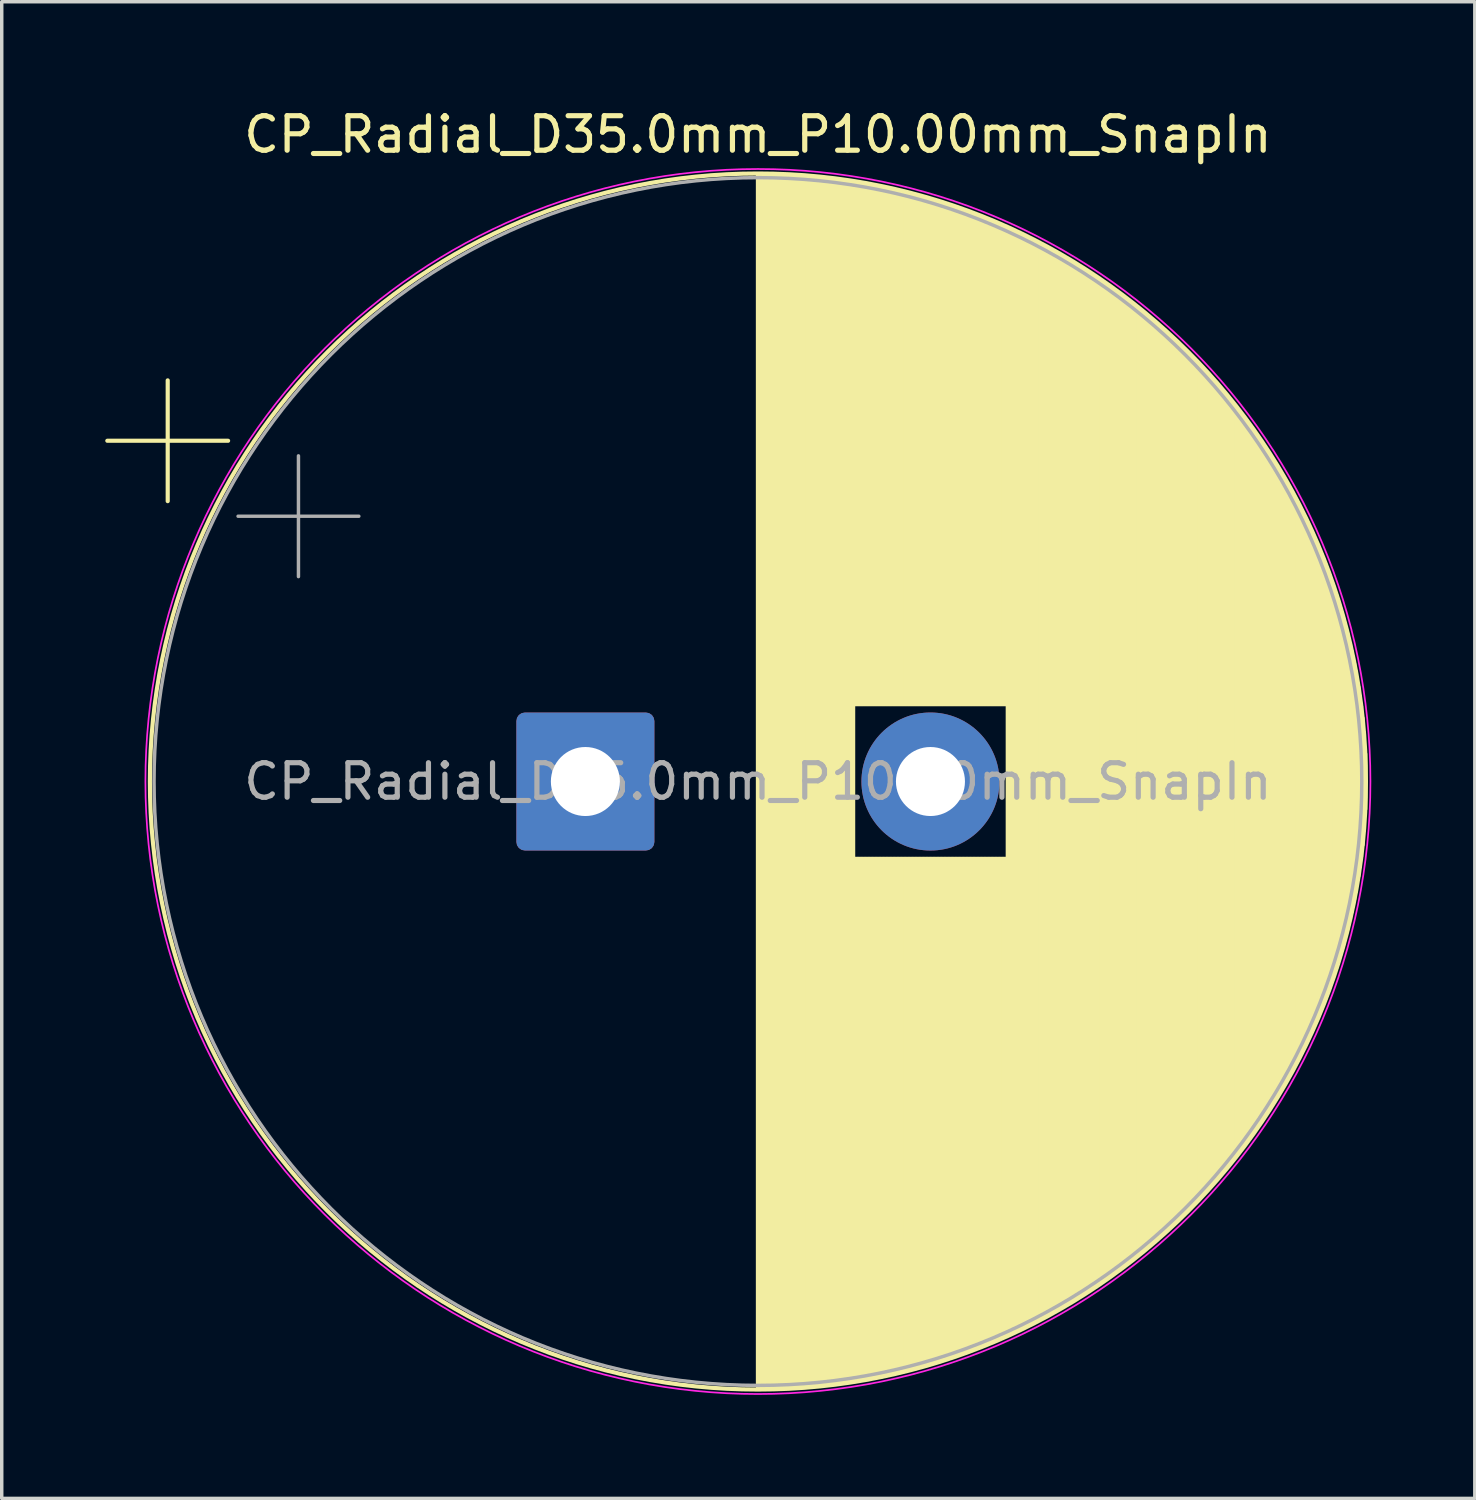
<source format=kicad_pcb>
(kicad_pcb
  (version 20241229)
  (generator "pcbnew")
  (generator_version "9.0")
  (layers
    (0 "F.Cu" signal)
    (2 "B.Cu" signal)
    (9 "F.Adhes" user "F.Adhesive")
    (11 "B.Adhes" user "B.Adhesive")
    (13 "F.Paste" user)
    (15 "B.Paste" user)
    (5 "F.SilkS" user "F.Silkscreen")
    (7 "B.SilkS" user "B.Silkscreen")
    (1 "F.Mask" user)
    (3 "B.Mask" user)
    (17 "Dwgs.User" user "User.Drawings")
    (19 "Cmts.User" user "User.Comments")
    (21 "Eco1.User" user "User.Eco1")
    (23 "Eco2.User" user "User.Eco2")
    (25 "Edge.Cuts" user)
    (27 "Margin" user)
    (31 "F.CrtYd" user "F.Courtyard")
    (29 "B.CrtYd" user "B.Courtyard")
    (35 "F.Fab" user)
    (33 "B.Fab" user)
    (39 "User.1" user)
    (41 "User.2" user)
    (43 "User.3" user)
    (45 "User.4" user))
  (footprint "CP_Radial_D35.0mm_P10.00mm_SnapIn"
    (layer "F.Cu")
    (at 13.914 19.598)
    (property "Reference" "CP_Radial_D35.0mm_P10.00mm_SnapIn" (at 5 -18.75 0) (layer "F.SilkS") (effects (font (size 1 1) (thickness 0.15))))
    (attr through_hole)
    (fp_line (start -13.854 -9.875) (end -10.354 -9.875) (stroke (width 0.12) (type solid)) (layer "F.SilkS"))
    (fp_line (start -12.104 -11.625) (end -12.104 -8.125) (stroke (width 0.12) (type solid)) (layer "F.SilkS"))
    (fp_line (start 5 -17.58) (end 5 17.58) (stroke (width 0.12) (type solid)) (layer "F.SilkS"))
    (fp_line (start 5.04 -17.58) (end 5.04 17.58) (stroke (width 0.12) (type solid)) (layer "F.SilkS"))
    (fp_line (start 5.08 -17.58) (end 5.08 17.58) (stroke (width 0.12) (type solid)) (layer "F.SilkS"))
    (fp_line (start 5.12 -17.58) (end 5.12 17.58) (stroke (width 0.12) (type solid)) (layer "F.SilkS"))
    (fp_line (start 5.16 -17.579) (end 5.16 17.579) (stroke (width 0.12) (type solid)) (layer "F.SilkS"))
    (fp_line (start 5.2 -17.579) (end 5.2 17.579) (stroke (width 0.12) (type solid)) (layer "F.SilkS"))
    (fp_line (start 5.24 -17.578) (end 5.24 17.578) (stroke (width 0.12) (type solid)) (layer "F.SilkS"))
    (fp_line (start 5.28 -17.578) (end 5.28 17.578) (stroke (width 0.12) (type solid)) (layer "F.SilkS"))
    (fp_line (start 5.32 -17.577) (end 5.32 17.577) (stroke (width 0.12) (type solid)) (layer "F.SilkS"))
    (fp_line (start 5.36 -17.576) (end 5.36 17.576) (stroke (width 0.12) (type solid)) (layer "F.SilkS"))
    (fp_line (start 5.4 -17.575) (end 5.4 17.575) (stroke (width 0.12) (type solid)) (layer "F.SilkS"))
    (fp_line (start 5.44 -17.575) (end 5.44 17.575) (stroke (width 0.12) (type solid)) (layer "F.SilkS"))
    (fp_line (start 5.48 -17.573) (end 5.48 17.573) (stroke (width 0.12) (type solid)) (layer "F.SilkS"))
    (fp_line (start 5.52 -17.572) (end 5.52 17.572) (stroke (width 0.12) (type solid)) (layer "F.SilkS"))
    (fp_line (start 5.56 -17.571) (end 5.56 17.571) (stroke (width 0.12) (type solid)) (layer "F.SilkS"))
    (fp_line (start 5.6 -17.57) (end 5.6 17.57) (stroke (width 0.12) (type solid)) (layer "F.SilkS"))
    (fp_line (start 5.64 -17.568) (end 5.64 17.568) (stroke (width 0.12) (type solid)) (layer "F.SilkS"))
    (fp_line (start 5.68 -17.567) (end 5.68 17.567) (stroke (width 0.12) (type solid)) (layer "F.SilkS"))
    (fp_line (start 5.72 -17.565) (end 5.72 17.565) (stroke (width 0.12) (type solid)) (layer "F.SilkS"))
    (fp_line (start 5.76 -17.564) (end 5.76 17.564) (stroke (width 0.12) (type solid)) (layer "F.SilkS"))
    (fp_line (start 5.8 -17.562) (end 5.8 17.562) (stroke (width 0.12) (type solid)) (layer "F.SilkS"))
    (fp_line (start 5.84 -17.56) (end 5.84 17.56) (stroke (width 0.12) (type solid)) (layer "F.SilkS"))
    (fp_line (start 5.88 -17.558) (end 5.88 17.558) (stroke (width 0.12) (type solid)) (layer "F.SilkS"))
    (fp_line (start 5.92 -17.556) (end 5.92 17.556) (stroke (width 0.12) (type solid)) (layer "F.SilkS"))
    (fp_line (start 5.96 -17.554) (end 5.96 17.554) (stroke (width 0.12) (type solid)) (layer "F.SilkS"))
    (fp_line (start 6 -17.552) (end 6 17.552) (stroke (width 0.12) (type solid)) (layer "F.SilkS"))
    (fp_line (start 6.04 -17.549) (end 6.04 17.549) (stroke (width 0.12) (type solid)) (layer "F.SilkS"))
    (fp_line (start 6.08 -17.547) (end 6.08 17.547) (stroke (width 0.12) (type solid)) (layer "F.SilkS"))
    (fp_line (start 6.12 -17.544) (end 6.12 17.544) (stroke (width 0.12) (type solid)) (layer "F.SilkS"))
    (fp_line (start 6.16 -17.542) (end 6.16 17.542) (stroke (width 0.12) (type solid)) (layer "F.SilkS"))
    (fp_line (start 6.2 -17.539) (end 6.2 17.539) (stroke (width 0.12) (type solid)) (layer "F.SilkS"))
    (fp_line (start 6.24 -17.536) (end 6.24 17.536) (stroke (width 0.12) (type solid)) (layer "F.SilkS"))
    (fp_line (start 6.28 -17.533) (end 6.28 17.533) (stroke (width 0.12) (type solid)) (layer "F.SilkS"))
    (fp_line (start 6.32 -17.53) (end 6.32 17.53) (stroke (width 0.12) (type solid)) (layer "F.SilkS"))
    (fp_line (start 6.36 -17.527) (end 6.36 17.527) (stroke (width 0.12) (type solid)) (layer "F.SilkS"))
    (fp_line (start 6.4 -17.524) (end 6.4 17.524) (stroke (width 0.12) (type solid)) (layer "F.SilkS"))
    (fp_line (start 6.44 -17.521) (end 6.44 17.521) (stroke (width 0.12) (type solid)) (layer "F.SilkS"))
    (fp_line (start 6.48 -17.518) (end 6.48 17.518) (stroke (width 0.12) (type solid)) (layer "F.SilkS"))
    (fp_line (start 6.52 -17.514) (end 6.52 17.514) (stroke (width 0.12) (type solid)) (layer "F.SilkS"))
    (fp_line (start 6.56 -17.511) (end 6.56 17.511) (stroke (width 0.12) (type solid)) (layer "F.SilkS"))
    (fp_line (start 6.6 -17.507) (end 6.6 17.507) (stroke (width 0.12) (type solid)) (layer "F.SilkS"))
    (fp_line (start 6.64 -17.504) (end 6.64 17.504) (stroke (width 0.12) (type solid)) (layer "F.SilkS"))
    (fp_line (start 6.68 -17.5) (end 6.68 17.5) (stroke (width 0.12) (type solid)) (layer "F.SilkS"))
    (fp_line (start 6.72 -17.496) (end 6.72 17.496) (stroke (width 0.12) (type solid)) (layer "F.SilkS"))
    (fp_line (start 6.76 -17.492) (end 6.76 17.492) (stroke (width 0.12) (type solid)) (layer "F.SilkS"))
    (fp_line (start 6.8 -17.488) (end 6.8 17.488) (stroke (width 0.12) (type solid)) (layer "F.SilkS"))
    (fp_line (start 6.84 -17.484) (end 6.84 17.484) (stroke (width 0.12) (type solid)) (layer "F.SilkS"))
    (fp_line (start 6.88 -17.479) (end 6.88 17.479) (stroke (width 0.12) (type solid)) (layer "F.SilkS"))
    (fp_line (start 6.92 -17.475) (end 6.92 17.475) (stroke (width 0.12) (type solid)) (layer "F.SilkS"))
    (fp_line (start 6.96 -17.471) (end 6.96 17.471) (stroke (width 0.12) (type solid)) (layer "F.SilkS"))
    (fp_line (start 7 -17.466) (end 7 17.466) (stroke (width 0.12) (type solid)) (layer "F.SilkS"))
    (fp_line (start 7.04 -17.462) (end 7.04 17.462) (stroke (width 0.12) (type solid)) (layer "F.SilkS"))
    (fp_line (start 7.08 -17.457) (end 7.08 17.457) (stroke (width 0.12) (type solid)) (layer "F.SilkS"))
    (fp_line (start 7.12 -17.452) (end 7.12 17.452) (stroke (width 0.12) (type solid)) (layer "F.SilkS"))
    (fp_line (start 7.16 -17.447) (end 7.16 17.447) (stroke (width 0.12) (type solid)) (layer "F.SilkS"))
    (fp_line (start 7.2 -17.442) (end 7.2 17.442) (stroke (width 0.12) (type solid)) (layer "F.SilkS"))
    (fp_line (start 7.24 -17.437) (end 7.24 17.437) (stroke (width 0.12) (type solid)) (layer "F.SilkS"))
    (fp_line (start 7.28 -17.432) (end 7.28 17.432) (stroke (width 0.12) (type solid)) (layer "F.SilkS"))
    (fp_line (start 7.32 -17.427) (end 7.32 17.427) (stroke (width 0.12) (type solid)) (layer "F.SilkS"))
    (fp_line (start 7.36 -17.421) (end 7.36 17.421) (stroke (width 0.12) (type solid)) (layer "F.SilkS"))
    (fp_line (start 7.4 -17.416) (end 7.4 17.416) (stroke (width 0.12) (type solid)) (layer "F.SilkS"))
    (fp_line (start 7.44 -17.41) (end 7.44 17.41) (stroke (width 0.12) (type solid)) (layer "F.SilkS"))
    (fp_line (start 7.48 -17.405) (end 7.48 17.405) (stroke (width 0.12) (type solid)) (layer "F.SilkS"))
    (fp_line (start 7.52 -17.399) (end 7.52 17.399) (stroke (width 0.12) (type solid)) (layer "F.SilkS"))
    (fp_line (start 7.56 -17.393) (end 7.56 17.393) (stroke (width 0.12) (type solid)) (layer "F.SilkS"))
    (fp_line (start 7.6 -17.387) (end 7.6 17.387) (stroke (width 0.12) (type solid)) (layer "F.SilkS"))
    (fp_line (start 7.64 -17.381) (end 7.64 17.381) (stroke (width 0.12) (type solid)) (layer "F.SilkS"))
    (fp_line (start 7.68 -17.375) (end 7.68 17.375) (stroke (width 0.12) (type solid)) (layer "F.SilkS"))
    (fp_line (start 7.72 -17.369) (end 7.72 17.369) (stroke (width 0.12) (type solid)) (layer "F.SilkS"))
    (fp_line (start 7.76 -17.362) (end 7.76 17.362) (stroke (width 0.12) (type solid)) (layer "F.SilkS"))
    (fp_line (start 7.8 -17.356) (end 7.8 -2.24) (stroke (width 0.12) (type solid)) (layer "F.SilkS"))
    (fp_line (start 7.8 2.24) (end 7.8 17.356) (stroke (width 0.12) (type solid)) (layer "F.SilkS"))
    (fp_line (start 7.84 -17.35) (end 7.84 -2.24) (stroke (width 0.12) (type solid)) (layer "F.SilkS"))
    (fp_line (start 7.84 2.24) (end 7.84 17.35) (stroke (width 0.12) (type solid)) (layer "F.SilkS"))
    (fp_line (start 7.88 -17.343) (end 7.88 -2.24) (stroke (width 0.12) (type solid)) (layer "F.SilkS"))
    (fp_line (start 7.88 2.24) (end 7.88 17.343) (stroke (width 0.12) (type solid)) (layer "F.SilkS"))
    (fp_line (start 7.92 -17.336) (end 7.92 -2.24) (stroke (width 0.12) (type solid)) (layer "F.SilkS"))
    (fp_line (start 7.92 2.24) (end 7.92 17.336) (stroke (width 0.12) (type solid)) (layer "F.SilkS"))
    (fp_line (start 7.96 -17.33) (end 7.96 -2.24) (stroke (width 0.12) (type solid)) (layer "F.SilkS"))
    (fp_line (start 7.96 2.24) (end 7.96 17.33) (stroke (width 0.12) (type solid)) (layer "F.SilkS"))
    (fp_line (start 8 -17.323) (end 8 -2.24) (stroke (width 0.12) (type solid)) (layer "F.SilkS"))
    (fp_line (start 8 2.24) (end 8 17.323) (stroke (width 0.12) (type solid)) (layer "F.SilkS"))
    (fp_line (start 8.04 -17.316) (end 8.04 -2.24) (stroke (width 0.12) (type solid)) (layer "F.SilkS"))
    (fp_line (start 8.04 2.24) (end 8.04 17.316) (stroke (width 0.12) (type solid)) (layer "F.SilkS"))
    (fp_line (start 8.08 -17.309) (end 8.08 -2.24) (stroke (width 0.12) (type solid)) (layer "F.SilkS"))
    (fp_line (start 8.08 2.24) (end 8.08 17.309) (stroke (width 0.12) (type solid)) (layer "F.SilkS"))
    (fp_line (start 8.12 -17.302) (end 8.12 -2.24) (stroke (width 0.12) (type solid)) (layer "F.SilkS"))
    (fp_line (start 8.12 2.24) (end 8.12 17.302) (stroke (width 0.12) (type solid)) (layer "F.SilkS"))
    (fp_line (start 8.16 -17.294) (end 8.16 -2.24) (stroke (width 0.12) (type solid)) (layer "F.SilkS"))
    (fp_line (start 8.16 2.24) (end 8.16 17.294) (stroke (width 0.12) (type solid)) (layer "F.SilkS"))
    (fp_line (start 8.2 -17.287) (end 8.2 -2.24) (stroke (width 0.12) (type solid)) (layer "F.SilkS"))
    (fp_line (start 8.2 2.24) (end 8.2 17.287) (stroke (width 0.12) (type solid)) (layer "F.SilkS"))
    (fp_line (start 8.24 -17.28) (end 8.24 -2.24) (stroke (width 0.12) (type solid)) (layer "F.SilkS"))
    (fp_line (start 8.24 2.24) (end 8.24 17.28) (stroke (width 0.12) (type solid)) (layer "F.SilkS"))
    (fp_line (start 8.28 -17.272) (end 8.28 -2.24) (stroke (width 0.12) (type solid)) (layer "F.SilkS"))
    (fp_line (start 8.28 2.24) (end 8.28 17.272) (stroke (width 0.12) (type solid)) (layer "F.SilkS"))
    (fp_line (start 8.32 -17.264) (end 8.32 -2.24) (stroke (width 0.12) (type solid)) (layer "F.SilkS"))
    (fp_line (start 8.32 2.24) (end 8.32 17.264) (stroke (width 0.12) (type solid)) (layer "F.SilkS"))
    (fp_line (start 8.36 -17.257) (end 8.36 -2.24) (stroke (width 0.12) (type solid)) (layer "F.SilkS"))
    (fp_line (start 8.36 2.24) (end 8.36 17.257) (stroke (width 0.12) (type solid)) (layer "F.SilkS"))
    (fp_line (start 8.4 -17.249) (end 8.4 -2.24) (stroke (width 0.12) (type solid)) (layer "F.SilkS"))
    (fp_line (start 8.4 2.24) (end 8.4 17.249) (stroke (width 0.12) (type solid)) (layer "F.SilkS"))
    (fp_line (start 8.44 -17.241) (end 8.44 -2.24) (stroke (width 0.12) (type solid)) (layer "F.SilkS"))
    (fp_line (start 8.44 2.24) (end 8.44 17.241) (stroke (width 0.12) (type solid)) (layer "F.SilkS"))
    (fp_line (start 8.48 -17.233) (end 8.48 -2.24) (stroke (width 0.12) (type solid)) (layer "F.SilkS"))
    (fp_line (start 8.48 2.24) (end 8.48 17.233) (stroke (width 0.12) (type solid)) (layer "F.SilkS"))
    (fp_line (start 8.52 -17.225) (end 8.52 -2.24) (stroke (width 0.12) (type solid)) (layer "F.SilkS"))
    (fp_line (start 8.52 2.24) (end 8.52 17.225) (stroke (width 0.12) (type solid)) (layer "F.SilkS"))
    (fp_line (start 8.56 -17.217) (end 8.56 -2.24) (stroke (width 0.12) (type solid)) (layer "F.SilkS"))
    (fp_line (start 8.56 2.24) (end 8.56 17.217) (stroke (width 0.12) (type solid)) (layer "F.SilkS"))
    (fp_line (start 8.6 -17.208) (end 8.6 -2.24) (stroke (width 0.12) (type solid)) (layer "F.SilkS"))
    (fp_line (start 8.6 2.24) (end 8.6 17.208) (stroke (width 0.12) (type solid)) (layer "F.SilkS"))
    (fp_line (start 8.64 -17.2) (end 8.64 -2.24) (stroke (width 0.12) (type solid)) (layer "F.SilkS"))
    (fp_line (start 8.64 2.24) (end 8.64 17.2) (stroke (width 0.12) (type solid)) (layer "F.SilkS"))
    (fp_line (start 8.68 -17.191) (end 8.68 -2.24) (stroke (width 0.12) (type solid)) (layer "F.SilkS"))
    (fp_line (start 8.68 2.24) (end 8.68 17.191) (stroke (width 0.12) (type solid)) (layer "F.SilkS"))
    (fp_line (start 8.72 -17.183) (end 8.72 -2.24) (stroke (width 0.12) (type solid)) (layer "F.SilkS"))
    (fp_line (start 8.72 2.24) (end 8.72 17.183) (stroke (width 0.12) (type solid)) (layer "F.SilkS"))
    (fp_line (start 8.76 -17.174) (end 8.76 -2.24) (stroke (width 0.12) (type solid)) (layer "F.SilkS"))
    (fp_line (start 8.76 2.24) (end 8.76 17.174) (stroke (width 0.12) (type solid)) (layer "F.SilkS"))
    (fp_line (start 8.8 -17.165) (end 8.8 -2.24) (stroke (width 0.12) (type solid)) (layer "F.SilkS"))
    (fp_line (start 8.8 2.24) (end 8.8 17.165) (stroke (width 0.12) (type solid)) (layer "F.SilkS"))
    (fp_line (start 8.84 -17.156) (end 8.84 -2.24) (stroke (width 0.12) (type solid)) (layer "F.SilkS"))
    (fp_line (start 8.84 2.24) (end 8.84 17.156) (stroke (width 0.12) (type solid)) (layer "F.SilkS"))
    (fp_line (start 8.88 -17.147) (end 8.88 -2.24) (stroke (width 0.12) (type solid)) (layer "F.SilkS"))
    (fp_line (start 8.88 2.24) (end 8.88 17.147) (stroke (width 0.12) (type solid)) (layer "F.SilkS"))
    (fp_line (start 8.92 -17.138) (end 8.92 -2.24) (stroke (width 0.12) (type solid)) (layer "F.SilkS"))
    (fp_line (start 8.92 2.24) (end 8.92 17.138) (stroke (width 0.12) (type solid)) (layer "F.SilkS"))
    (fp_line (start 8.96 -17.129) (end 8.96 -2.24) (stroke (width 0.12) (type solid)) (layer "F.SilkS"))
    (fp_line (start 8.96 2.24) (end 8.96 17.129) (stroke (width 0.12) (type solid)) (layer "F.SilkS"))
    (fp_line (start 9 -17.12) (end 9 -2.24) (stroke (width 0.12) (type solid)) (layer "F.SilkS"))
    (fp_line (start 9 2.24) (end 9 17.12) (stroke (width 0.12) (type solid)) (layer "F.SilkS"))
    (fp_line (start 9.04 -17.111) (end 9.04 -2.24) (stroke (width 0.12) (type solid)) (layer "F.SilkS"))
    (fp_line (start 9.04 2.24) (end 9.04 17.111) (stroke (width 0.12) (type solid)) (layer "F.SilkS"))
    (fp_line (start 9.08 -17.101) (end 9.08 -2.24) (stroke (width 0.12) (type solid)) (layer "F.SilkS"))
    (fp_line (start 9.08 2.24) (end 9.08 17.101) (stroke (width 0.12) (type solid)) (layer "F.SilkS"))
    (fp_line (start 9.12 -17.092) (end 9.12 -2.24) (stroke (width 0.12) (type solid)) (layer "F.SilkS"))
    (fp_line (start 9.12 2.24) (end 9.12 17.092) (stroke (width 0.12) (type solid)) (layer "F.SilkS"))
    (fp_line (start 9.16 -17.082) (end 9.16 -2.24) (stroke (width 0.12) (type solid)) (layer "F.SilkS"))
    (fp_line (start 9.16 2.24) (end 9.16 17.082) (stroke (width 0.12) (type solid)) (layer "F.SilkS"))
    (fp_line (start 9.2 -17.072) (end 9.2 -2.24) (stroke (width 0.12) (type solid)) (layer "F.SilkS"))
    (fp_line (start 9.2 2.24) (end 9.2 17.072) (stroke (width 0.12) (type solid)) (layer "F.SilkS"))
    (fp_line (start 9.24 -17.062) (end 9.24 -2.24) (stroke (width 0.12) (type solid)) (layer "F.SilkS"))
    (fp_line (start 9.24 2.24) (end 9.24 17.062) (stroke (width 0.12) (type solid)) (layer "F.SilkS"))
    (fp_line (start 9.28 -17.052) (end 9.28 -2.24) (stroke (width 0.12) (type solid)) (layer "F.SilkS"))
    (fp_line (start 9.28 2.24) (end 9.28 17.052) (stroke (width 0.12) (type solid)) (layer "F.SilkS"))
    (fp_line (start 9.32 -17.042) (end 9.32 -2.24) (stroke (width 0.12) (type solid)) (layer "F.SilkS"))
    (fp_line (start 9.32 2.24) (end 9.32 17.042) (stroke (width 0.12) (type solid)) (layer "F.SilkS"))
    (fp_line (start 9.36 -17.032) (end 9.36 -2.24) (stroke (width 0.12) (type solid)) (layer "F.SilkS"))
    (fp_line (start 9.36 2.24) (end 9.36 17.032) (stroke (width 0.12) (type solid)) (layer "F.SilkS"))
    (fp_line (start 9.4 -17.022) (end 9.4 -2.24) (stroke (width 0.12) (type solid)) (layer "F.SilkS"))
    (fp_line (start 9.4 2.24) (end 9.4 17.022) (stroke (width 0.12) (type solid)) (layer "F.SilkS"))
    (fp_line (start 9.44 -17.011) (end 9.44 -2.24) (stroke (width 0.12) (type solid)) (layer "F.SilkS"))
    (fp_line (start 9.44 2.24) (end 9.44 17.011) (stroke (width 0.12) (type solid)) (layer "F.SilkS"))
    (fp_line (start 9.48 -17.001) (end 9.48 -2.24) (stroke (width 0.12) (type solid)) (layer "F.SilkS"))
    (fp_line (start 9.48 2.24) (end 9.48 17.001) (stroke (width 0.12) (type solid)) (layer "F.SilkS"))
    (fp_line (start 9.52 -16.99) (end 9.52 -2.24) (stroke (width 0.12) (type solid)) (layer "F.SilkS"))
    (fp_line (start 9.52 2.24) (end 9.52 16.99) (stroke (width 0.12) (type solid)) (layer "F.SilkS"))
    (fp_line (start 9.56 -16.98) (end 9.56 -2.24) (stroke (width 0.12) (type solid)) (layer "F.SilkS"))
    (fp_line (start 9.56 2.24) (end 9.56 16.98) (stroke (width 0.12) (type solid)) (layer "F.SilkS"))
    (fp_line (start 9.6 -16.969) (end 9.6 -2.24) (stroke (width 0.12) (type solid)) (layer "F.SilkS"))
    (fp_line (start 9.6 2.24) (end 9.6 16.969) (stroke (width 0.12) (type solid)) (layer "F.SilkS"))
    (fp_line (start 9.64 -16.958) (end 9.64 -2.24) (stroke (width 0.12) (type solid)) (layer "F.SilkS"))
    (fp_line (start 9.64 2.24) (end 9.64 16.958) (stroke (width 0.12) (type solid)) (layer "F.SilkS"))
    (fp_line (start 9.68 -16.947) (end 9.68 -2.24) (stroke (width 0.12) (type solid)) (layer "F.SilkS"))
    (fp_line (start 9.68 2.24) (end 9.68 16.947) (stroke (width 0.12) (type solid)) (layer "F.SilkS"))
    (fp_line (start 9.72 -16.936) (end 9.72 -2.24) (stroke (width 0.12) (type solid)) (layer "F.SilkS"))
    (fp_line (start 9.72 2.24) (end 9.72 16.936) (stroke (width 0.12) (type solid)) (layer "F.SilkS"))
    (fp_line (start 9.76 -16.925) (end 9.76 -2.24) (stroke (width 0.12) (type solid)) (layer "F.SilkS"))
    (fp_line (start 9.76 2.24) (end 9.76 16.925) (stroke (width 0.12) (type solid)) (layer "F.SilkS"))
    (fp_line (start 9.8 -16.914) (end 9.8 -2.24) (stroke (width 0.12) (type solid)) (layer "F.SilkS"))
    (fp_line (start 9.8 2.24) (end 9.8 16.914) (stroke (width 0.12) (type solid)) (layer "F.SilkS"))
    (fp_line (start 9.84 -16.902) (end 9.84 -2.24) (stroke (width 0.12) (type solid)) (layer "F.SilkS"))
    (fp_line (start 9.84 2.24) (end 9.84 16.902) (stroke (width 0.12) (type solid)) (layer "F.SilkS"))
    (fp_line (start 9.88 -16.891) (end 9.88 -2.24) (stroke (width 0.12) (type solid)) (layer "F.SilkS"))
    (fp_line (start 9.88 2.24) (end 9.88 16.891) (stroke (width 0.12) (type solid)) (layer "F.SilkS"))
    (fp_line (start 9.92 -16.879) (end 9.92 -2.24) (stroke (width 0.12) (type solid)) (layer "F.SilkS"))
    (fp_line (start 9.92 2.24) (end 9.92 16.879) (stroke (width 0.12) (type solid)) (layer "F.SilkS"))
    (fp_line (start 9.96 -16.867) (end 9.96 -2.24) (stroke (width 0.12) (type solid)) (layer "F.SilkS"))
    (fp_line (start 9.96 2.24) (end 9.96 16.867) (stroke (width 0.12) (type solid)) (layer "F.SilkS"))
    (fp_line (start 10 -16.856) (end 10 -2.24) (stroke (width 0.12) (type solid)) (layer "F.SilkS"))
    (fp_line (start 10 2.24) (end 10 16.856) (stroke (width 0.12) (type solid)) (layer "F.SilkS"))
    (fp_line (start 10.04 -16.844) (end 10.04 -2.24) (stroke (width 0.12) (type solid)) (layer "F.SilkS"))
    (fp_line (start 10.04 2.24) (end 10.04 16.844) (stroke (width 0.12) (type solid)) (layer "F.SilkS"))
    (fp_line (start 10.08 -16.832) (end 10.08 -2.24) (stroke (width 0.12) (type solid)) (layer "F.SilkS"))
    (fp_line (start 10.08 2.24) (end 10.08 16.832) (stroke (width 0.12) (type solid)) (layer "F.SilkS"))
    (fp_line (start 10.12 -16.82) (end 10.12 -2.24) (stroke (width 0.12) (type solid)) (layer "F.SilkS"))
    (fp_line (start 10.12 2.24) (end 10.12 16.82) (stroke (width 0.12) (type solid)) (layer "F.SilkS"))
    (fp_line (start 10.16 -16.808) (end 10.16 -2.24) (stroke (width 0.12) (type solid)) (layer "F.SilkS"))
    (fp_line (start 10.16 2.24) (end 10.16 16.808) (stroke (width 0.12) (type solid)) (layer "F.SilkS"))
    (fp_line (start 10.2 -16.795) (end 10.2 -2.24) (stroke (width 0.12) (type solid)) (layer "F.SilkS"))
    (fp_line (start 10.2 2.24) (end 10.2 16.795) (stroke (width 0.12) (type solid)) (layer "F.SilkS"))
    (fp_line (start 10.24 -16.783) (end 10.24 -2.24) (stroke (width 0.12) (type solid)) (layer "F.SilkS"))
    (fp_line (start 10.24 2.24) (end 10.24 16.783) (stroke (width 0.12) (type solid)) (layer "F.SilkS"))
    (fp_line (start 10.28 -16.77) (end 10.28 -2.24) (stroke (width 0.12) (type solid)) (layer "F.SilkS"))
    (fp_line (start 10.28 2.24) (end 10.28 16.77) (stroke (width 0.12) (type solid)) (layer "F.SilkS"))
    (fp_line (start 10.32 -16.758) (end 10.32 -2.24) (stroke (width 0.12) (type solid)) (layer "F.SilkS"))
    (fp_line (start 10.32 2.24) (end 10.32 16.758) (stroke (width 0.12) (type solid)) (layer "F.SilkS"))
    (fp_line (start 10.36 -16.745) (end 10.36 -2.24) (stroke (width 0.12) (type solid)) (layer "F.SilkS"))
    (fp_line (start 10.36 2.24) (end 10.36 16.745) (stroke (width 0.12) (type solid)) (layer "F.SilkS"))
    (fp_line (start 10.4 -16.732) (end 10.4 -2.24) (stroke (width 0.12) (type solid)) (layer "F.SilkS"))
    (fp_line (start 10.4 2.24) (end 10.4 16.732) (stroke (width 0.12) (type solid)) (layer "F.SilkS"))
    (fp_line (start 10.44 -16.719) (end 10.44 -2.24) (stroke (width 0.12) (type solid)) (layer "F.SilkS"))
    (fp_line (start 10.44 2.24) (end 10.44 16.719) (stroke (width 0.12) (type solid)) (layer "F.SilkS"))
    (fp_line (start 10.48 -16.706) (end 10.48 -2.24) (stroke (width 0.12) (type solid)) (layer "F.SilkS"))
    (fp_line (start 10.48 2.24) (end 10.48 16.706) (stroke (width 0.12) (type solid)) (layer "F.SilkS"))
    (fp_line (start 10.52 -16.693) (end 10.52 -2.24) (stroke (width 0.12) (type solid)) (layer "F.SilkS"))
    (fp_line (start 10.52 2.24) (end 10.52 16.693) (stroke (width 0.12) (type solid)) (layer "F.SilkS"))
    (fp_line (start 10.56 -16.68) (end 10.56 -2.24) (stroke (width 0.12) (type solid)) (layer "F.SilkS"))
    (fp_line (start 10.56 2.24) (end 10.56 16.68) (stroke (width 0.12) (type solid)) (layer "F.SilkS"))
    (fp_line (start 10.6 -16.666) (end 10.6 -2.24) (stroke (width 0.12) (type solid)) (layer "F.SilkS"))
    (fp_line (start 10.6 2.24) (end 10.6 16.666) (stroke (width 0.12) (type solid)) (layer "F.SilkS"))
    (fp_line (start 10.64 -16.653) (end 10.64 -2.24) (stroke (width 0.12) (type solid)) (layer "F.SilkS"))
    (fp_line (start 10.64 2.24) (end 10.64 16.653) (stroke (width 0.12) (type solid)) (layer "F.SilkS"))
    (fp_line (start 10.68 -16.639) (end 10.68 -2.24) (stroke (width 0.12) (type solid)) (layer "F.SilkS"))
    (fp_line (start 10.68 2.24) (end 10.68 16.639) (stroke (width 0.12) (type solid)) (layer "F.SilkS"))
    (fp_line (start 10.72 -16.626) (end 10.72 -2.24) (stroke (width 0.12) (type solid)) (layer "F.SilkS"))
    (fp_line (start 10.72 2.24) (end 10.72 16.626) (stroke (width 0.12) (type solid)) (layer "F.SilkS"))
    (fp_line (start 10.76 -16.612) (end 10.76 -2.24) (stroke (width 0.12) (type solid)) (layer "F.SilkS"))
    (fp_line (start 10.76 2.24) (end 10.76 16.612) (stroke (width 0.12) (type solid)) (layer "F.SilkS"))
    (fp_line (start 10.8 -16.598) (end 10.8 -2.24) (stroke (width 0.12) (type solid)) (layer "F.SilkS"))
    (fp_line (start 10.8 2.24) (end 10.8 16.598) (stroke (width 0.12) (type solid)) (layer "F.SilkS"))
    (fp_line (start 10.84 -16.584) (end 10.84 -2.24) (stroke (width 0.12) (type solid)) (layer "F.SilkS"))
    (fp_line (start 10.84 2.24) (end 10.84 16.584) (stroke (width 0.12) (type solid)) (layer "F.SilkS"))
    (fp_line (start 10.88 -16.57) (end 10.88 -2.24) (stroke (width 0.12) (type solid)) (layer "F.SilkS"))
    (fp_line (start 10.88 2.24) (end 10.88 16.57) (stroke (width 0.12) (type solid)) (layer "F.SilkS"))
    (fp_line (start 10.92 -16.556) (end 10.92 -2.24) (stroke (width 0.12) (type solid)) (layer "F.SilkS"))
    (fp_line (start 10.92 2.24) (end 10.92 16.556) (stroke (width 0.12) (type solid)) (layer "F.SilkS"))
    (fp_line (start 10.96 -16.541) (end 10.96 -2.24) (stroke (width 0.12) (type solid)) (layer "F.SilkS"))
    (fp_line (start 10.96 2.24) (end 10.96 16.541) (stroke (width 0.12) (type solid)) (layer "F.SilkS"))
    (fp_line (start 11 -16.527) (end 11 -2.24) (stroke (width 0.12) (type solid)) (layer "F.SilkS"))
    (fp_line (start 11 2.24) (end 11 16.527) (stroke (width 0.12) (type solid)) (layer "F.SilkS"))
    (fp_line (start 11.04 -16.512) (end 11.04 -2.24) (stroke (width 0.12) (type solid)) (layer "F.SilkS"))
    (fp_line (start 11.04 2.24) (end 11.04 16.512) (stroke (width 0.12) (type solid)) (layer "F.SilkS"))
    (fp_line (start 11.08 -16.498) (end 11.08 -2.24) (stroke (width 0.12) (type solid)) (layer "F.SilkS"))
    (fp_line (start 11.08 2.24) (end 11.08 16.498) (stroke (width 0.12) (type solid)) (layer "F.SilkS"))
    (fp_line (start 11.12 -16.483) (end 11.12 -2.24) (stroke (width 0.12) (type solid)) (layer "F.SilkS"))
    (fp_line (start 11.12 2.24) (end 11.12 16.483) (stroke (width 0.12) (type solid)) (layer "F.SilkS"))
    (fp_line (start 11.16 -16.468) (end 11.16 -2.24) (stroke (width 0.12) (type solid)) (layer "F.SilkS"))
    (fp_line (start 11.16 2.24) (end 11.16 16.468) (stroke (width 0.12) (type solid)) (layer "F.SilkS"))
    (fp_line (start 11.2 -16.453) (end 11.2 -2.24) (stroke (width 0.12) (type solid)) (layer "F.SilkS"))
    (fp_line (start 11.2 2.24) (end 11.2 16.453) (stroke (width 0.12) (type solid)) (layer "F.SilkS"))
    (fp_line (start 11.24 -16.438) (end 11.24 -2.24) (stroke (width 0.12) (type solid)) (layer "F.SilkS"))
    (fp_line (start 11.24 2.24) (end 11.24 16.438) (stroke (width 0.12) (type solid)) (layer "F.SilkS"))
    (fp_line (start 11.28 -16.423) (end 11.28 -2.24) (stroke (width 0.12) (type solid)) (layer "F.SilkS"))
    (fp_line (start 11.28 2.24) (end 11.28 16.423) (stroke (width 0.12) (type solid)) (layer "F.SilkS"))
    (fp_line (start 11.32 -16.408) (end 11.32 -2.24) (stroke (width 0.12) (type solid)) (layer "F.SilkS"))
    (fp_line (start 11.32 2.24) (end 11.32 16.408) (stroke (width 0.12) (type solid)) (layer "F.SilkS"))
    (fp_line (start 11.36 -16.392) (end 11.36 -2.24) (stroke (width 0.12) (type solid)) (layer "F.SilkS"))
    (fp_line (start 11.36 2.24) (end 11.36 16.392) (stroke (width 0.12) (type solid)) (layer "F.SilkS"))
    (fp_line (start 11.4 -16.377) (end 11.4 -2.24) (stroke (width 0.12) (type solid)) (layer "F.SilkS"))
    (fp_line (start 11.4 2.24) (end 11.4 16.377) (stroke (width 0.12) (type solid)) (layer "F.SilkS"))
    (fp_line (start 11.44 -16.361) (end 11.44 -2.24) (stroke (width 0.12) (type solid)) (layer "F.SilkS"))
    (fp_line (start 11.44 2.24) (end 11.44 16.361) (stroke (width 0.12) (type solid)) (layer "F.SilkS"))
    (fp_line (start 11.48 -16.345) (end 11.48 -2.24) (stroke (width 0.12) (type solid)) (layer "F.SilkS"))
    (fp_line (start 11.48 2.24) (end 11.48 16.345) (stroke (width 0.12) (type solid)) (layer "F.SilkS"))
    (fp_line (start 11.52 -16.329) (end 11.52 -2.24) (stroke (width 0.12) (type solid)) (layer "F.SilkS"))
    (fp_line (start 11.52 2.24) (end 11.52 16.329) (stroke (width 0.12) (type solid)) (layer "F.SilkS"))
    (fp_line (start 11.56 -16.313) (end 11.56 -2.24) (stroke (width 0.12) (type solid)) (layer "F.SilkS"))
    (fp_line (start 11.56 2.24) (end 11.56 16.313) (stroke (width 0.12) (type solid)) (layer "F.SilkS"))
    (fp_line (start 11.6 -16.297) (end 11.6 -2.24) (stroke (width 0.12) (type solid)) (layer "F.SilkS"))
    (fp_line (start 11.6 2.24) (end 11.6 16.297) (stroke (width 0.12) (type solid)) (layer "F.SilkS"))
    (fp_line (start 11.64 -16.281) (end 11.64 -2.24) (stroke (width 0.12) (type solid)) (layer "F.SilkS"))
    (fp_line (start 11.64 2.24) (end 11.64 16.281) (stroke (width 0.12) (type solid)) (layer "F.SilkS"))
    (fp_line (start 11.68 -16.265) (end 11.68 -2.24) (stroke (width 0.12) (type solid)) (layer "F.SilkS"))
    (fp_line (start 11.68 2.24) (end 11.68 16.265) (stroke (width 0.12) (type solid)) (layer "F.SilkS"))
    (fp_line (start 11.72 -16.248) (end 11.72 -2.24) (stroke (width 0.12) (type solid)) (layer "F.SilkS"))
    (fp_line (start 11.72 2.24) (end 11.72 16.248) (stroke (width 0.12) (type solid)) (layer "F.SilkS"))
    (fp_line (start 11.76 -16.232) (end 11.76 -2.24) (stroke (width 0.12) (type solid)) (layer "F.SilkS"))
    (fp_line (start 11.76 2.24) (end 11.76 16.232) (stroke (width 0.12) (type solid)) (layer "F.SilkS"))
    (fp_line (start 11.8 -16.215) (end 11.8 -2.24) (stroke (width 0.12) (type solid)) (layer "F.SilkS"))
    (fp_line (start 11.8 2.24) (end 11.8 16.215) (stroke (width 0.12) (type solid)) (layer "F.SilkS"))
    (fp_line (start 11.84 -16.198) (end 11.84 -2.24) (stroke (width 0.12) (type solid)) (layer "F.SilkS"))
    (fp_line (start 11.84 2.24) (end 11.84 16.198) (stroke (width 0.12) (type solid)) (layer "F.SilkS"))
    (fp_line (start 11.88 -16.181) (end 11.88 -2.24) (stroke (width 0.12) (type solid)) (layer "F.SilkS"))
    (fp_line (start 11.88 2.24) (end 11.88 16.181) (stroke (width 0.12) (type solid)) (layer "F.SilkS"))
    (fp_line (start 11.92 -16.164) (end 11.92 -2.24) (stroke (width 0.12) (type solid)) (layer "F.SilkS"))
    (fp_line (start 11.92 2.24) (end 11.92 16.164) (stroke (width 0.12) (type solid)) (layer "F.SilkS"))
    (fp_line (start 11.96 -16.147) (end 11.96 -2.24) (stroke (width 0.12) (type solid)) (layer "F.SilkS"))
    (fp_line (start 11.96 2.24) (end 11.96 16.147) (stroke (width 0.12) (type solid)) (layer "F.SilkS"))
    (fp_line (start 12 -16.13) (end 12 -2.24) (stroke (width 0.12) (type solid)) (layer "F.SilkS"))
    (fp_line (start 12 2.24) (end 12 16.13) (stroke (width 0.12) (type solid)) (layer "F.SilkS"))
    (fp_line (start 12.04 -16.112) (end 12.04 -2.24) (stroke (width 0.12) (type solid)) (layer "F.SilkS"))
    (fp_line (start 12.04 2.24) (end 12.04 16.112) (stroke (width 0.12) (type solid)) (layer "F.SilkS"))
    (fp_line (start 12.08 -16.095) (end 12.08 -2.24) (stroke (width 0.12) (type solid)) (layer "F.SilkS"))
    (fp_line (start 12.08 2.24) (end 12.08 16.095) (stroke (width 0.12) (type solid)) (layer "F.SilkS"))
    (fp_line (start 12.12 -16.077) (end 12.12 -2.24) (stroke (width 0.12) (type solid)) (layer "F.SilkS"))
    (fp_line (start 12.12 2.24) (end 12.12 16.077) (stroke (width 0.12) (type solid)) (layer "F.SilkS"))
    (fp_line (start 12.16 -16.06) (end 12.16 -2.24) (stroke (width 0.12) (type solid)) (layer "F.SilkS"))
    (fp_line (start 12.16 2.24) (end 12.16 16.06) (stroke (width 0.12) (type solid)) (layer "F.SilkS"))
    (fp_line (start 12.2 -16.042) (end 12.2 -2.24) (stroke (width 0.12) (type solid)) (layer "F.SilkS"))
    (fp_line (start 12.2 2.24) (end 12.2 16.042) (stroke (width 0.12) (type solid)) (layer "F.SilkS"))
    (fp_line (start 12.24 -16.024) (end 12.24 16.024) (stroke (width 0.12) (type solid)) (layer "F.SilkS"))
    (fp_line (start 12.28 -16.006) (end 12.28 16.006) (stroke (width 0.12) (type solid)) (layer "F.SilkS"))
    (fp_line (start 12.32 -15.988) (end 12.32 15.988) (stroke (width 0.12) (type solid)) (layer "F.SilkS"))
    (fp_line (start 12.36 -15.969) (end 12.36 15.969) (stroke (width 0.12) (type solid)) (layer "F.SilkS"))
    (fp_line (start 12.4 -15.951) (end 12.4 15.951) (stroke (width 0.12) (type solid)) (layer "F.SilkS"))
    (fp_line (start 12.44 -15.932) (end 12.44 15.932) (stroke (width 0.12) (type solid)) (layer "F.SilkS"))
    (fp_line (start 12.48 -15.913) (end 12.48 15.913) (stroke (width 0.12) (type solid)) (layer "F.SilkS"))
    (fp_line (start 12.52 -15.895) (end 12.52 15.895) (stroke (width 0.12) (type solid)) (layer "F.SilkS"))
    (fp_line (start 12.56 -15.876) (end 12.56 15.876) (stroke (width 0.12) (type solid)) (layer "F.SilkS"))
    (fp_line (start 12.6 -15.857) (end 12.6 15.857) (stroke (width 0.12) (type solid)) (layer "F.SilkS"))
    (fp_line (start 12.64 -15.837) (end 12.64 15.837) (stroke (width 0.12) (type solid)) (layer "F.SilkS"))
    (fp_line (start 12.68 -15.818) (end 12.68 15.818) (stroke (width 0.12) (type solid)) (layer "F.SilkS"))
    (fp_line (start 12.72 -15.799) (end 12.72 15.799) (stroke (width 0.12) (type solid)) (layer "F.SilkS"))
    (fp_line (start 12.76 -15.779) (end 12.76 15.779) (stroke (width 0.12) (type solid)) (layer "F.SilkS"))
    (fp_line (start 12.8 -15.76) (end 12.8 15.76) (stroke (width 0.12) (type solid)) (layer "F.SilkS"))
    (fp_line (start 12.84 -15.74) (end 12.84 15.74) (stroke (width 0.12) (type solid)) (layer "F.SilkS"))
    (fp_line (start 12.88 -15.72) (end 12.88 15.72) (stroke (width 0.12) (type solid)) (layer "F.SilkS"))
    (fp_line (start 12.92 -15.7) (end 12.92 15.7) (stroke (width 0.12) (type solid)) (layer "F.SilkS"))
    (fp_line (start 12.96 -15.68) (end 12.96 15.68) (stroke (width 0.12) (type solid)) (layer "F.SilkS"))
    (fp_line (start 13 -15.659) (end 13 15.659) (stroke (width 0.12) (type solid)) (layer "F.SilkS"))
    (fp_line (start 13.04 -15.639) (end 13.04 15.639) (stroke (width 0.12) (type solid)) (layer "F.SilkS"))
    (fp_line (start 13.08 -15.618) (end 13.08 15.618) (stroke (width 0.12) (type solid)) (layer "F.SilkS"))
    (fp_line (start 13.12 -15.597) (end 13.12 15.597) (stroke (width 0.12) (type solid)) (layer "F.SilkS"))
    (fp_line (start 13.16 -15.577) (end 13.16 15.577) (stroke (width 0.12) (type solid)) (layer "F.SilkS"))
    (fp_line (start 13.2 -15.556) (end 13.2 15.556) (stroke (width 0.12) (type solid)) (layer "F.SilkS"))
    (fp_line (start 13.24 -15.535) (end 13.24 15.535) (stroke (width 0.12) (type solid)) (layer "F.SilkS"))
    (fp_line (start 13.28 -15.513) (end 13.28 15.513) (stroke (width 0.12) (type solid)) (layer "F.SilkS"))
    (fp_line (start 13.32 -15.492) (end 13.32 15.492) (stroke (width 0.12) (type solid)) (layer "F.SilkS"))
    (fp_line (start 13.36 -15.47) (end 13.36 15.47) (stroke (width 0.12) (type solid)) (layer "F.SilkS"))
    (fp_line (start 13.4 -15.449) (end 13.4 15.449) (stroke (width 0.12) (type solid)) (layer "F.SilkS"))
    (fp_line (start 13.44 -15.427) (end 13.44 15.427) (stroke (width 0.12) (type solid)) (layer "F.SilkS"))
    (fp_line (start 13.48 -15.405) (end 13.48 15.405) (stroke (width 0.12) (type solid)) (layer "F.SilkS"))
    (fp_line (start 13.52 -15.383) (end 13.52 15.383) (stroke (width 0.12) (type solid)) (layer "F.SilkS"))
    (fp_line (start 13.56 -15.361) (end 13.56 15.361) (stroke (width 0.12) (type solid)) (layer "F.SilkS"))
    (fp_line (start 13.6 -15.339) (end 13.6 15.339) (stroke (width 0.12) (type solid)) (layer "F.SilkS"))
    (fp_line (start 13.64 -15.316) (end 13.64 15.316) (stroke (width 0.12) (type solid)) (layer "F.SilkS"))
    (fp_line (start 13.68 -15.294) (end 13.68 15.294) (stroke (width 0.12) (type solid)) (layer "F.SilkS"))
    (fp_line (start 13.72 -15.271) (end 13.72 15.271) (stroke (width 0.12) (type solid)) (layer "F.SilkS"))
    (fp_line (start 13.76 -15.248) (end 13.76 15.248) (stroke (width 0.12) (type solid)) (layer "F.SilkS"))
    (fp_line (start 13.8 -15.225) (end 13.8 15.225) (stroke (width 0.12) (type solid)) (layer "F.SilkS"))
    (fp_line (start 13.84 -15.202) (end 13.84 15.202) (stroke (width 0.12) (type solid)) (layer "F.SilkS"))
    (fp_line (start 13.88 -15.179) (end 13.88 15.179) (stroke (width 0.12) (type solid)) (layer "F.SilkS"))
    (fp_line (start 13.92 -15.155) (end 13.92 15.155) (stroke (width 0.12) (type solid)) (layer "F.SilkS"))
    (fp_line (start 13.96 -15.132) (end 13.96 15.132) (stroke (width 0.12) (type solid)) (layer "F.SilkS"))
    (fp_line (start 14 -15.108) (end 14 15.108) (stroke (width 0.12) (type solid)) (layer "F.SilkS"))
    (fp_line (start 14.04 -15.084) (end 14.04 15.084) (stroke (width 0.12) (type solid)) (layer "F.SilkS"))
    (fp_line (start 14.08 -15.06) (end 14.08 15.06) (stroke (width 0.12) (type solid)) (layer "F.SilkS"))
    (fp_line (start 14.12 -15.036) (end 14.12 15.036) (stroke (width 0.12) (type solid)) (layer "F.SilkS"))
    (fp_line (start 14.16 -15.012) (end 14.16 15.012) (stroke (width 0.12) (type solid)) (layer "F.SilkS"))
    (fp_line (start 14.2 -14.987) (end 14.2 14.987) (stroke (width 0.12) (type solid)) (layer "F.SilkS"))
    (fp_line (start 14.24 -14.963) (end 14.24 14.963) (stroke (width 0.12) (type solid)) (layer "F.SilkS"))
    (fp_line (start 14.28 -14.938) (end 14.28 14.938) (stroke (width 0.12) (type solid)) (layer "F.SilkS"))
    (fp_line (start 14.32 -14.913) (end 14.32 14.913) (stroke (width 0.12) (type solid)) (layer "F.SilkS"))
    (fp_line (start 14.36 -14.888) (end 14.36 14.888) (stroke (width 0.12) (type solid)) (layer "F.SilkS"))
    (fp_line (start 14.4 -14.863) (end 14.4 14.863) (stroke (width 0.12) (type solid)) (layer "F.SilkS"))
    (fp_line (start 14.44 -14.838) (end 14.44 14.838) (stroke (width 0.12) (type solid)) (layer "F.SilkS"))
    (fp_line (start 14.48 -14.812) (end 14.48 14.812) (stroke (width 0.12) (type solid)) (layer "F.SilkS"))
    (fp_line (start 14.52 -14.787) (end 14.52 14.787) (stroke (width 0.12) (type solid)) (layer "F.SilkS"))
    (fp_line (start 14.56 -14.761) (end 14.56 14.761) (stroke (width 0.12) (type solid)) (layer "F.SilkS"))
    (fp_line (start 14.6 -14.735) (end 14.6 14.735) (stroke (width 0.12) (type solid)) (layer "F.SilkS"))
    (fp_line (start 14.64 -14.709) (end 14.64 14.709) (stroke (width 0.12) (type solid)) (layer "F.SilkS"))
    (fp_line (start 14.68 -14.683) (end 14.68 14.683) (stroke (width 0.12) (type solid)) (layer "F.SilkS"))
    (fp_line (start 14.72 -14.656) (end 14.72 14.656) (stroke (width 0.12) (type solid)) (layer "F.SilkS"))
    (fp_line (start 14.76 -14.63) (end 14.76 14.63) (stroke (width 0.12) (type solid)) (layer "F.SilkS"))
    (fp_line (start 14.8 -14.603) (end 14.8 14.603) (stroke (width 0.12) (type solid)) (layer "F.SilkS"))
    (fp_line (start 14.84 -14.576) (end 14.84 14.576) (stroke (width 0.12) (type solid)) (layer "F.SilkS"))
    (fp_line (start 14.88 -14.549) (end 14.88 14.549) (stroke (width 0.12) (type solid)) (layer "F.SilkS"))
    (fp_line (start 14.92 -14.522) (end 14.92 14.522) (stroke (width 0.12) (type solid)) (layer "F.SilkS"))
    (fp_line (start 14.96 -14.495) (end 14.96 14.495) (stroke (width 0.12) (type solid)) (layer "F.SilkS"))
    (fp_line (start 15 -14.467) (end 15 14.467) (stroke (width 0.12) (type solid)) (layer "F.SilkS"))
    (fp_line (start 15.04 -14.44) (end 15.04 14.44) (stroke (width 0.12) (type solid)) (layer "F.SilkS"))
    (fp_line (start 15.08 -14.412) (end 15.08 14.412) (stroke (width 0.12) (type solid)) (layer "F.SilkS"))
    (fp_line (start 15.12 -14.384) (end 15.12 14.384) (stroke (width 0.12) (type solid)) (layer "F.SilkS"))
    (fp_line (start 15.16 -14.356) (end 15.16 14.356) (stroke (width 0.12) (type solid)) (layer "F.SilkS"))
    (fp_line (start 15.2 -14.327) (end 15.2 14.327) (stroke (width 0.12) (type solid)) (layer "F.SilkS"))
    (fp_line (start 15.24 -14.299) (end 15.24 14.299) (stroke (width 0.12) (type solid)) (layer "F.SilkS"))
    (fp_line (start 15.28 -14.27) (end 15.28 14.27) (stroke (width 0.12) (type solid)) (layer "F.SilkS"))
    (fp_line (start 15.32 -14.242) (end 15.32 14.242) (stroke (width 0.12) (type solid)) (layer "F.SilkS"))
    (fp_line (start 15.36 -14.213) (end 15.36 14.213) (stroke (width 0.12) (type solid)) (layer "F.SilkS"))
    (fp_line (start 15.4 -14.183) (end 15.4 14.183) (stroke (width 0.12) (type solid)) (layer "F.SilkS"))
    (fp_line (start 15.44 -14.154) (end 15.44 14.154) (stroke (width 0.12) (type solid)) (layer "F.SilkS"))
    (fp_line (start 15.48 -14.125) (end 15.48 14.125) (stroke (width 0.12) (type solid)) (layer "F.SilkS"))
    (fp_line (start 15.52 -14.095) (end 15.52 14.095) (stroke (width 0.12) (type solid)) (layer "F.SilkS"))
    (fp_line (start 15.56 -14.065) (end 15.56 14.065) (stroke (width 0.12) (type solid)) (layer "F.SilkS"))
    (fp_line (start 15.6 -14.035) (end 15.6 14.035) (stroke (width 0.12) (type solid)) (layer "F.SilkS"))
    (fp_line (start 15.64 -14.005) (end 15.64 14.005) (stroke (width 0.12) (type solid)) (layer "F.SilkS"))
    (fp_line (start 15.68 -13.974) (end 15.68 13.974) (stroke (width 0.12) (type solid)) (layer "F.SilkS"))
    (fp_line (start 15.72 -13.944) (end 15.72 13.944) (stroke (width 0.12) (type solid)) (layer "F.SilkS"))
    (fp_line (start 15.76 -13.913) (end 15.76 13.913) (stroke (width 0.12) (type solid)) (layer "F.SilkS"))
    (fp_line (start 15.8 -13.882) (end 15.8 13.882) (stroke (width 0.12) (type solid)) (layer "F.SilkS"))
    (fp_line (start 15.84 -13.851) (end 15.84 13.851) (stroke (width 0.12) (type solid)) (layer "F.SilkS"))
    (fp_line (start 15.88 -13.82) (end 15.88 13.82) (stroke (width 0.12) (type solid)) (layer "F.SilkS"))
    (fp_line (start 15.92 -13.788) (end 15.92 13.788) (stroke (width 0.12) (type solid)) (layer "F.SilkS"))
    (fp_line (start 15.96 -13.756) (end 15.96 13.756) (stroke (width 0.12) (type solid)) (layer "F.SilkS"))
    (fp_line (start 16 -13.725) (end 16 13.725) (stroke (width 0.12) (type solid)) (layer "F.SilkS"))
    (fp_line (start 16.04 -13.693) (end 16.04 13.693) (stroke (width 0.12) (type solid)) (layer "F.SilkS"))
    (fp_line (start 16.08 -13.66) (end 16.08 13.66) (stroke (width 0.12) (type solid)) (layer "F.SilkS"))
    (fp_line (start 16.12 -13.628) (end 16.12 13.628) (stroke (width 0.12) (type solid)) (layer "F.SilkS"))
    (fp_line (start 16.16 -13.595) (end 16.16 13.595) (stroke (width 0.12) (type solid)) (layer "F.SilkS"))
    (fp_line (start 16.2 -13.562) (end 16.2 13.562) (stroke (width 0.12) (type solid)) (layer "F.SilkS"))
    (fp_line (start 16.24 -13.529) (end 16.24 13.529) (stroke (width 0.12) (type solid)) (layer "F.SilkS"))
    (fp_line (start 16.28 -13.496) (end 16.28 13.496) (stroke (width 0.12) (type solid)) (layer "F.SilkS"))
    (fp_line (start 16.32 -13.463) (end 16.32 13.463) (stroke (width 0.12) (type solid)) (layer "F.SilkS"))
    (fp_line (start 16.36 -13.429) (end 16.36 13.429) (stroke (width 0.12) (type solid)) (layer "F.SilkS"))
    (fp_line (start 16.4 -13.395) (end 16.4 13.395) (stroke (width 0.12) (type solid)) (layer "F.SilkS"))
    (fp_line (start 16.44 -13.361) (end 16.44 13.361) (stroke (width 0.12) (type solid)) (layer "F.SilkS"))
    (fp_line (start 16.48 -13.327) (end 16.48 13.327) (stroke (width 0.12) (type solid)) (layer "F.SilkS"))
    (fp_line (start 16.52 -13.292) (end 16.52 13.292) (stroke (width 0.12) (type solid)) (layer "F.SilkS"))
    (fp_line (start 16.56 -13.258) (end 16.56 13.258) (stroke (width 0.12) (type solid)) (layer "F.SilkS"))
    (fp_line (start 16.6 -13.223) (end 16.6 13.223) (stroke (width 0.12) (type solid)) (layer "F.SilkS"))
    (fp_line (start 16.64 -13.188) (end 16.64 13.188) (stroke (width 0.12) (type solid)) (layer "F.SilkS"))
    (fp_line (start 16.68 -13.152) (end 16.68 13.152) (stroke (width 0.12) (type solid)) (layer "F.SilkS"))
    (fp_line (start 16.72 -13.117) (end 16.72 13.117) (stroke (width 0.12) (type solid)) (layer "F.SilkS"))
    (fp_line (start 16.76 -13.081) (end 16.76 13.081) (stroke (width 0.12) (type solid)) (layer "F.SilkS"))
    (fp_line (start 16.8 -13.045) (end 16.8 13.045) (stroke (width 0.12) (type solid)) (layer "F.SilkS"))
    (fp_line (start 16.84 -13.009) (end 16.84 13.009) (stroke (width 0.12) (type solid)) (layer "F.SilkS"))
    (fp_line (start 16.88 -12.973) (end 16.88 12.973) (stroke (width 0.12) (type solid)) (layer "F.SilkS"))
    (fp_line (start 16.92 -12.936) (end 16.92 12.936) (stroke (width 0.12) (type solid)) (layer "F.SilkS"))
    (fp_line (start 16.96 -12.899) (end 16.96 12.899) (stroke (width 0.12) (type solid)) (layer "F.SilkS"))
    (fp_line (start 17 -12.862) (end 17 12.862) (stroke (width 0.12) (type solid)) (layer "F.SilkS"))
    (fp_line (start 17.04 -12.825) (end 17.04 12.825) (stroke (width 0.12) (type solid)) (layer "F.SilkS"))
    (fp_line (start 17.08 -12.787) (end 17.08 12.787) (stroke (width 0.12) (type solid)) (layer "F.SilkS"))
    (fp_line (start 17.12 -12.749) (end 17.12 12.749) (stroke (width 0.12) (type solid)) (layer "F.SilkS"))
    (fp_line (start 17.16 -12.711) (end 17.16 12.711) (stroke (width 0.12) (type solid)) (layer "F.SilkS"))
    (fp_line (start 17.2 -12.673) (end 17.2 12.673) (stroke (width 0.12) (type solid)) (layer "F.SilkS"))
    (fp_line (start 17.24 -12.635) (end 17.24 12.635) (stroke (width 0.12) (type solid)) (layer "F.SilkS"))
    (fp_line (start 17.28 -12.596) (end 17.28 12.596) (stroke (width 0.12) (type solid)) (layer "F.SilkS"))
    (fp_line (start 17.32 -12.557) (end 17.32 12.557) (stroke (width 0.12) (type solid)) (layer "F.SilkS"))
    (fp_line (start 17.36 -12.518) (end 17.36 12.518) (stroke (width 0.12) (type solid)) (layer "F.SilkS"))
    (fp_line (start 17.4 -12.478) (end 17.4 12.478) (stroke (width 0.12) (type solid)) (layer "F.SilkS"))
    (fp_line (start 17.44 -12.438) (end 17.44 12.438) (stroke (width 0.12) (type solid)) (layer "F.SilkS"))
    (fp_line (start 17.48 -12.398) (end 17.48 12.398) (stroke (width 0.12) (type solid)) (layer "F.SilkS"))
    (fp_line (start 17.52 -12.358) (end 17.52 12.358) (stroke (width 0.12) (type solid)) (layer "F.SilkS"))
    (fp_line (start 17.56 -12.318) (end 17.56 12.318) (stroke (width 0.12) (type solid)) (layer "F.SilkS"))
    (fp_line (start 17.6 -12.277) (end 17.6 12.277) (stroke (width 0.12) (type solid)) (layer "F.SilkS"))
    (fp_line (start 17.64 -12.236) (end 17.64 12.236) (stroke (width 0.12) (type solid)) (layer "F.SilkS"))
    (fp_line (start 17.68 -12.194) (end 17.68 12.194) (stroke (width 0.12) (type solid)) (layer "F.SilkS"))
    (fp_line (start 17.72 -12.153) (end 17.72 12.153) (stroke (width 0.12) (type solid)) (layer "F.SilkS"))
    (fp_line (start 17.76 -12.111) (end 17.76 12.111) (stroke (width 0.12) (type solid)) (layer "F.SilkS"))
    (fp_line (start 17.8 -12.069) (end 17.8 12.069) (stroke (width 0.12) (type solid)) (layer "F.SilkS"))
    (fp_line (start 17.84 -12.026) (end 17.84 12.026) (stroke (width 0.12) (type solid)) (layer "F.SilkS"))
    (fp_line (start 17.88 -11.984) (end 17.88 11.984) (stroke (width 0.12) (type solid)) (layer "F.SilkS"))
    (fp_line (start 17.92 -11.941) (end 17.92 11.941) (stroke (width 0.12) (type solid)) (layer "F.SilkS"))
    (fp_line (start 17.96 -11.897) (end 17.96 11.897) (stroke (width 0.12) (type solid)) (layer "F.SilkS"))
    (fp_line (start 18 -11.854) (end 18 11.854) (stroke (width 0.12) (type solid)) (layer "F.SilkS"))
    (fp_line (start 18.04 -11.81) (end 18.04 11.81) (stroke (width 0.12) (type solid)) (layer "F.SilkS"))
    (fp_line (start 18.08 -11.766) (end 18.08 11.766) (stroke (width 0.12) (type solid)) (layer "F.SilkS"))
    (fp_line (start 18.12 -11.721) (end 18.12 11.721) (stroke (width 0.12) (type solid)) (layer "F.SilkS"))
    (fp_line (start 18.16 -11.677) (end 18.16 11.677) (stroke (width 0.12) (type solid)) (layer "F.SilkS"))
    (fp_line (start 18.2 -11.632) (end 18.2 11.632) (stroke (width 0.12) (type solid)) (layer "F.SilkS"))
    (fp_line (start 18.24 -11.586) (end 18.24 11.586) (stroke (width 0.12) (type solid)) (layer "F.SilkS"))
    (fp_line (start 18.28 -11.54) (end 18.28 11.54) (stroke (width 0.12) (type solid)) (layer "F.SilkS"))
    (fp_line (start 18.32 -11.494) (end 18.32 11.494) (stroke (width 0.12) (type solid)) (layer "F.SilkS"))
    (fp_line (start 18.36 -11.448) (end 18.36 11.448) (stroke (width 0.12) (type solid)) (layer "F.SilkS"))
    (fp_line (start 18.4 -11.401) (end 18.4 11.401) (stroke (width 0.12) (type solid)) (layer "F.SilkS"))
    (fp_line (start 18.44 -11.354) (end 18.44 11.354) (stroke (width 0.12) (type solid)) (layer "F.SilkS"))
    (fp_line (start 18.48 -11.307) (end 18.48 11.307) (stroke (width 0.12) (type solid)) (layer "F.SilkS"))
    (fp_line (start 18.52 -11.259) (end 18.52 11.259) (stroke (width 0.12) (type solid)) (layer "F.SilkS"))
    (fp_line (start 18.56 -11.211) (end 18.56 11.211) (stroke (width 0.12) (type solid)) (layer "F.SilkS"))
    (fp_line (start 18.6 -11.163) (end 18.6 11.163) (stroke (width 0.12) (type solid)) (layer "F.SilkS"))
    (fp_line (start 18.64 -11.114) (end 18.64 11.114) (stroke (width 0.12) (type solid)) (layer "F.SilkS"))
    (fp_line (start 18.68 -11.065) (end 18.68 11.065) (stroke (width 0.12) (type solid)) (layer "F.SilkS"))
    (fp_line (start 18.72 -11.016) (end 18.72 11.016) (stroke (width 0.12) (type solid)) (layer "F.SilkS"))
    (fp_line (start 18.76 -10.966) (end 18.76 10.966) (stroke (width 0.12) (type solid)) (layer "F.SilkS"))
    (fp_line (start 18.8 -10.916) (end 18.8 10.916) (stroke (width 0.12) (type solid)) (layer "F.SilkS"))
    (fp_line (start 18.84 -10.865) (end 18.84 10.865) (stroke (width 0.12) (type solid)) (layer "F.SilkS"))
    (fp_line (start 18.88 -10.814) (end 18.88 10.814) (stroke (width 0.12) (type solid)) (layer "F.SilkS"))
    (fp_line (start 18.92 -10.763) (end 18.92 10.763) (stroke (width 0.12) (type solid)) (layer "F.SilkS"))
    (fp_line (start 18.96 -10.711) (end 18.96 10.711) (stroke (width 0.12) (type solid)) (layer "F.SilkS"))
    (fp_line (start 19 -10.659) (end 19 10.659) (stroke (width 0.12) (type solid)) (layer "F.SilkS"))
    (fp_line (start 19.04 -10.606) (end 19.04 10.606) (stroke (width 0.12) (type solid)) (layer "F.SilkS"))
    (fp_line (start 19.08 -10.553) (end 19.08 10.553) (stroke (width 0.12) (type solid)) (layer "F.SilkS"))
    (fp_line (start 19.12 -10.5) (end 19.12 10.5) (stroke (width 0.12) (type solid)) (layer "F.SilkS"))
    (fp_line (start 19.16 -10.446) (end 19.16 10.446) (stroke (width 0.12) (type solid)) (layer "F.SilkS"))
    (fp_line (start 19.2 -10.392) (end 19.2 10.392) (stroke (width 0.12) (type solid)) (layer "F.SilkS"))
    (fp_line (start 19.24 -10.337) (end 19.24 10.337) (stroke (width 0.12) (type solid)) (layer "F.SilkS"))
    (fp_line (start 19.28 -10.282) (end 19.28 10.282) (stroke (width 0.12) (type solid)) (layer "F.SilkS"))
    (fp_line (start 19.32 -10.227) (end 19.32 10.227) (stroke (width 0.12) (type solid)) (layer "F.SilkS"))
    (fp_line (start 19.36 -10.171) (end 19.36 10.171) (stroke (width 0.12) (type solid)) (layer "F.SilkS"))
    (fp_line (start 19.4 -10.114) (end 19.4 10.114) (stroke (width 0.12) (type solid)) (layer "F.SilkS"))
    (fp_line (start 19.44 -10.057) (end 19.44 10.057) (stroke (width 0.12) (type solid)) (layer "F.SilkS"))
    (fp_line (start 19.48 -10) (end 19.48 10) (stroke (width 0.12) (type solid)) (layer "F.SilkS"))
    (fp_line (start 19.52 -9.942) (end 19.52 9.942) (stroke (width 0.12) (type solid)) (layer "F.SilkS"))
    (fp_line (start 19.56 -9.883) (end 19.56 9.883) (stroke (width 0.12) (type solid)) (layer "F.SilkS"))
    (fp_line (start 19.6 -9.824) (end 19.6 9.824) (stroke (width 0.12) (type solid)) (layer "F.SilkS"))
    (fp_line (start 19.64 -9.765) (end 19.64 9.765) (stroke (width 0.12) (type solid)) (layer "F.SilkS"))
    (fp_line (start 19.68 -9.705) (end 19.68 9.705) (stroke (width 0.12) (type solid)) (layer "F.SilkS"))
    (fp_line (start 19.72 -9.644) (end 19.72 9.644) (stroke (width 0.12) (type solid)) (layer "F.SilkS"))
    (fp_line (start 19.76 -9.583) (end 19.76 9.583) (stroke (width 0.12) (type solid)) (layer "F.SilkS"))
    (fp_line (start 19.8 -9.522) (end 19.8 9.522) (stroke (width 0.12) (type solid)) (layer "F.SilkS"))
    (fp_line (start 19.84 -9.459) (end 19.84 9.459) (stroke (width 0.12) (type solid)) (layer "F.SilkS"))
    (fp_line (start 19.88 -9.397) (end 19.88 9.397) (stroke (width 0.12) (type solid)) (layer "F.SilkS"))
    (fp_line (start 19.92 -9.333) (end 19.92 9.333) (stroke (width 0.12) (type solid)) (layer "F.SilkS"))
    (fp_line (start 19.96 -9.269) (end 19.96 9.269) (stroke (width 0.12) (type solid)) (layer "F.SilkS"))
    (fp_line (start 20 -9.205) (end 20 9.205) (stroke (width 0.12) (type solid)) (layer "F.SilkS"))
    (fp_line (start 20.04 -9.139) (end 20.04 9.139) (stroke (width 0.12) (type solid)) (layer "F.SilkS"))
    (fp_line (start 20.08 -9.074) (end 20.08 9.074) (stroke (width 0.12) (type solid)) (layer "F.SilkS"))
    (fp_line (start 20.12 -9.007) (end 20.12 9.007) (stroke (width 0.12) (type solid)) (layer "F.SilkS"))
    (fp_line (start 20.16 -8.94) (end 20.16 8.94) (stroke (width 0.12) (type solid)) (layer "F.SilkS"))
    (fp_line (start 20.2 -8.872) (end 20.2 8.872) (stroke (width 0.12) (type solid)) (layer "F.SilkS"))
    (fp_line (start 20.24 -8.803) (end 20.24 8.803) (stroke (width 0.12) (type solid)) (layer "F.SilkS"))
    (fp_line (start 20.28 -8.734) (end 20.28 8.734) (stroke (width 0.12) (type solid)) (layer "F.SilkS"))
    (fp_line (start 20.32 -8.664) (end 20.32 8.664) (stroke (width 0.12) (type solid)) (layer "F.SilkS"))
    (fp_line (start 20.36 -8.593) (end 20.36 8.593) (stroke (width 0.12) (type solid)) (layer "F.SilkS"))
    (fp_line (start 20.4 -8.522) (end 20.4 8.522) (stroke (width 0.12) (type solid)) (layer "F.SilkS"))
    (fp_line (start 20.44 -8.449) (end 20.44 8.449) (stroke (width 0.12) (type solid)) (layer "F.SilkS"))
    (fp_line (start 20.48 -8.376) (end 20.48 8.376) (stroke (width 0.12) (type solid)) (layer "F.SilkS"))
    (fp_line (start 20.52 -8.302) (end 20.52 8.302) (stroke (width 0.12) (type solid)) (layer "F.SilkS"))
    (fp_line (start 20.56 -8.227) (end 20.56 8.227) (stroke (width 0.12) (type solid)) (layer "F.SilkS"))
    (fp_line (start 20.6 -8.152) (end 20.6 8.152) (stroke (width 0.12) (type solid)) (layer "F.SilkS"))
    (fp_line (start 20.64 -8.075) (end 20.64 8.075) (stroke (width 0.12) (type solid)) (layer "F.SilkS"))
    (fp_line (start 20.68 -7.998) (end 20.68 7.998) (stroke (width 0.12) (type solid)) (layer "F.SilkS"))
    (fp_line (start 20.72 -7.919) (end 20.72 7.919) (stroke (width 0.12) (type solid)) (layer "F.SilkS"))
    (fp_line (start 20.76 -7.84) (end 20.76 7.84) (stroke (width 0.12) (type solid)) (layer "F.SilkS"))
    (fp_line (start 20.8 -7.759) (end 20.8 7.759) (stroke (width 0.12) (type solid)) (layer "F.SilkS"))
    (fp_line (start 20.84 -7.677) (end 20.84 7.677) (stroke (width 0.12) (type solid)) (layer "F.SilkS"))
    (fp_line (start 20.88 -7.595) (end 20.88 7.595) (stroke (width 0.12) (type solid)) (layer "F.SilkS"))
    (fp_line (start 20.92 -7.511) (end 20.92 7.511) (stroke (width 0.12) (type solid)) (layer "F.SilkS"))
    (fp_line (start 20.96 -7.426) (end 20.96 7.426) (stroke (width 0.12) (type solid)) (layer "F.SilkS"))
    (fp_line (start 21 -7.34) (end 21 7.34) (stroke (width 0.12) (type solid)) (layer "F.SilkS"))
    (fp_line (start 21.04 -7.253) (end 21.04 7.253) (stroke (width 0.12) (type solid)) (layer "F.SilkS"))
    (fp_line (start 21.08 -7.164) (end 21.08 7.164) (stroke (width 0.12) (type solid)) (layer "F.SilkS"))
    (fp_line (start 21.12 -7.074) (end 21.12 7.074) (stroke (width 0.12) (type solid)) (layer "F.SilkS"))
    (fp_line (start 21.16 -6.983) (end 21.16 6.983) (stroke (width 0.12) (type solid)) (layer "F.SilkS"))
    (fp_line (start 21.2 -6.89) (end 21.2 6.89) (stroke (width 0.12) (type solid)) (layer "F.SilkS"))
    (fp_line (start 21.24 -6.796) (end 21.24 6.796) (stroke (width 0.12) (type solid)) (layer "F.SilkS"))
    (fp_line (start 21.28 -6.7) (end 21.28 6.7) (stroke (width 0.12) (type solid)) (layer "F.SilkS"))
    (fp_line (start 21.32 -6.602) (end 21.32 6.602) (stroke (width 0.12) (type solid)) (layer "F.SilkS"))
    (fp_line (start 21.36 -6.503) (end 21.36 6.503) (stroke (width 0.12) (type solid)) (layer "F.SilkS"))
    (fp_line (start 21.4 -6.402) (end 21.4 6.402) (stroke (width 0.12) (type solid)) (layer "F.SilkS"))
    (fp_line (start 21.44 -6.3) (end 21.44 6.3) (stroke (width 0.12) (type solid)) (layer "F.SilkS"))
    (fp_line (start 21.48 -6.195) (end 21.48 6.195) (stroke (width 0.12) (type solid)) (layer "F.SilkS"))
    (fp_line (start 21.52 -6.088) (end 21.52 6.088) (stroke (width 0.12) (type solid)) (layer "F.SilkS"))
    (fp_line (start 21.56 -5.979) (end 21.56 5.979) (stroke (width 0.12) (type solid)) (layer "F.SilkS"))
    (fp_line (start 21.6 -5.868) (end 21.6 5.868) (stroke (width 0.12) (type solid)) (layer "F.SilkS"))
    (fp_line (start 21.64 -5.754) (end 21.64 5.754) (stroke (width 0.12) (type solid)) (layer "F.SilkS"))
    (fp_line (start 21.68 -5.638) (end 21.68 5.638) (stroke (width 0.12) (type solid)) (layer "F.SilkS"))
    (fp_line (start 21.72 -5.519) (end 21.72 5.519) (stroke (width 0.12) (type solid)) (layer "F.SilkS"))
    (fp_line (start 21.76 -5.398) (end 21.76 5.398) (stroke (width 0.12) (type solid)) (layer "F.SilkS"))
    (fp_line (start 21.8 -5.273) (end 21.8 5.273) (stroke (width 0.12) (type solid)) (layer "F.SilkS"))
    (fp_line (start 21.84 -5.144) (end 21.84 5.144) (stroke (width 0.12) (type solid)) (layer "F.SilkS"))
    (fp_line (start 21.88 -5.013) (end 21.88 5.013) (stroke (width 0.12) (type solid)) (layer "F.SilkS"))
    (fp_line (start 21.92 -4.877) (end 21.92 4.877) (stroke (width 0.12) (type solid)) (layer "F.SilkS"))
    (fp_line (start 21.96 -4.737) (end 21.96 4.737) (stroke (width 0.12) (type solid)) (layer "F.SilkS"))
    (fp_line (start 22 -4.593) (end 22 4.593) (stroke (width 0.12) (type solid)) (layer "F.SilkS"))
    (fp_line (start 22.04 -4.444) (end 22.04 4.444) (stroke (width 0.12) (type solid)) (layer "F.SilkS"))
    (fp_line (start 22.08 -4.289) (end 22.08 4.289) (stroke (width 0.12) (type solid)) (layer "F.SilkS"))
    (fp_line (start 22.12 -4.128) (end 22.12 4.128) (stroke (width 0.12) (type solid)) (layer "F.SilkS"))
    (fp_line (start 22.16 -3.96) (end 22.16 3.96) (stroke (width 0.12) (type solid)) (layer "F.SilkS"))
    (fp_line (start 22.2 -3.784) (end 22.2 3.784) (stroke (width 0.12) (type solid)) (layer "F.SilkS"))
    (fp_line (start 22.24 -3.6) (end 22.24 3.6) (stroke (width 0.12) (type solid)) (layer "F.SilkS"))
    (fp_line (start 22.28 -3.405) (end 22.28 3.405) (stroke (width 0.12) (type solid)) (layer "F.SilkS"))
    (fp_line (start 22.32 -3.198) (end 22.32 3.198) (stroke (width 0.12) (type solid)) (layer "F.SilkS"))
    (fp_line (start 22.36 -2.976) (end 22.36 2.976) (stroke (width 0.12) (type solid)) (layer "F.SilkS"))
    (fp_line (start 22.4 -2.736) (end 22.4 2.736) (stroke (width 0.12) (type solid)) (layer "F.SilkS"))
    (fp_line (start 22.44 -2.472) (end 22.44 2.472) (stroke (width 0.12) (type solid)) (layer "F.SilkS"))
    (fp_line (start 22.48 -2.177) (end 22.48 2.177) (stroke (width 0.12) (type solid)) (layer "F.SilkS"))
    (fp_line (start 22.52 -1.835) (end 22.52 1.835) (stroke (width 0.12) (type solid)) (layer "F.SilkS"))
    (fp_line (start 22.56 -1.413) (end 22.56 1.413) (stroke (width 0.12) (type solid)) (layer "F.SilkS"))
    (fp_line (start 22.6 -0.799) (end 22.6 0.799) (stroke (width 0.12) (type solid)) (layer "F.SilkS"))
    (fp_circle (center 5 0) (end 22.62 0) (stroke (width 0.12) (type solid)) (fill no) (layer "F.SilkS"))
    (fp_circle (center 5 0) (end 22.75 0) (stroke (width 0.05) (type solid)) (fill no) (layer "F.CrtYd"))
    (fp_line (start -10.065 -7.688) (end -6.565 -7.688) (stroke (width 0.1) (type solid)) (layer "F.Fab"))
    (fp_line (start -8.315 -9.438) (end -8.315 -5.938) (stroke (width 0.1) (type solid)) (layer "F.Fab"))
    (fp_circle (center 5 0) (end 22.5 0) (stroke (width 0.1) (type solid)) (fill no) (layer "F.Fab"))
    (fp_text user "${REFERENCE}" (at 5 0 0) (layer "F.Fab") (effects (font (size 1 1) (thickness 0.15))))
    (pad "1" thru_hole roundrect (at 0 0) (size 4 4) (drill 2) (layers "*.Cu" "*.Mask") (roundrect_rratio 0.062))
    (pad "2" thru_hole circle (at 10 0) (size 4 4) (drill 2) (layers "*.Cu" "*.Mask")))
  (gr_rect
    (start -3 -3)
    (end 39.689 40.373)
    (stroke (width 0.1) (type default))
    (fill no)
    (layer "Edge.Cuts")))
</source>
